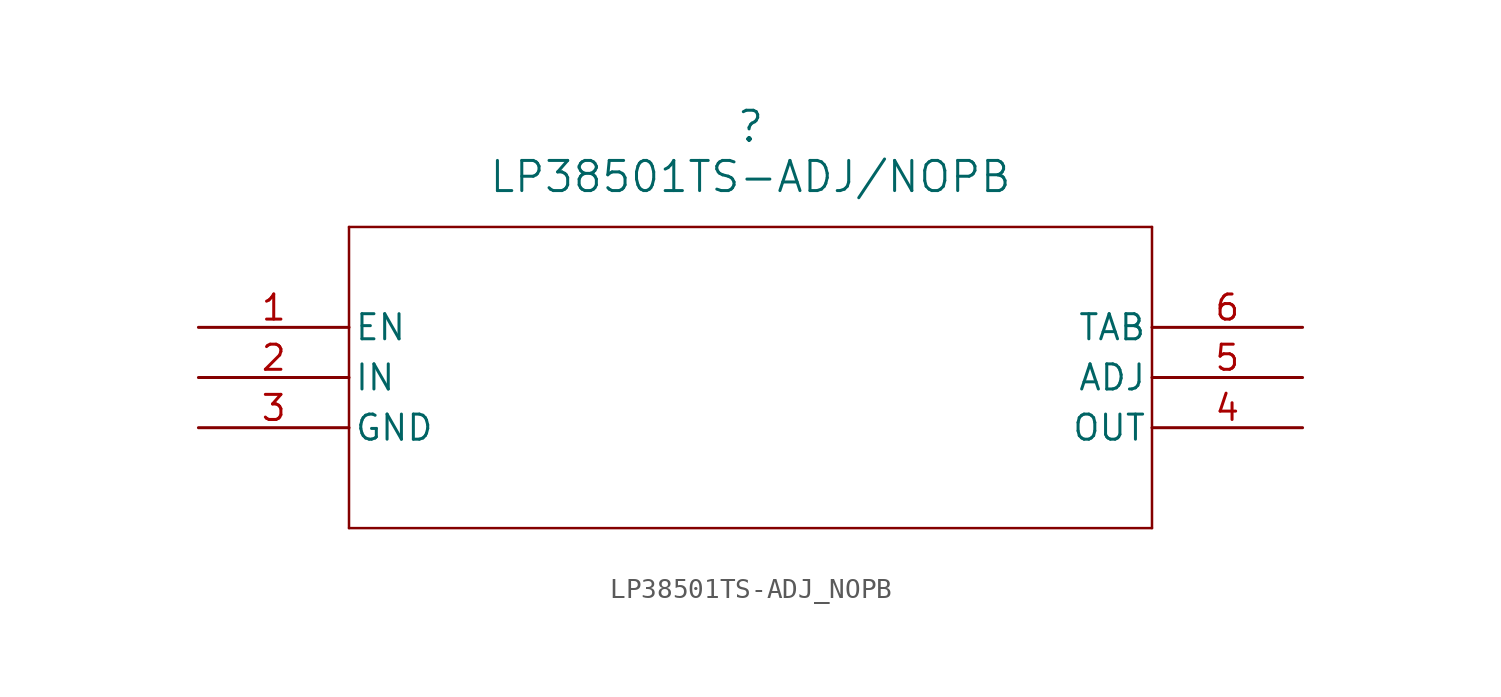
<source format=kicad_sym>
(kicad_symbol_lib
  (version 20211014)
  (generator kicad_symbol_editor)
  (symbol "LP38501TS-ADJ_NOPB"
    (pin_names
      (offset 0.254))
    (property "Reference" ""
      (at 27.94 10.16 0)
      (effects (font (size 1.524 1.524))))
    (property "Value" "LP38501TS-ADJ/NOPB"
      (at 27.94 7.62 0)
      (effects (font (size 1.524 1.524))))
    (symbol "LP38501TS-ADJ_NOPB_0_1"
      (polyline (pts (xy 7.62 5.08) (xy 7.62 -10.16)) (stroke (width 0.127) (type default) (color 0 0 0 0)) (fill (type none)))
      (polyline (pts (xy 7.62 -10.16) (xy 48.26 -10.16)) (stroke (width 0.127) (type default) (color 0 0 0 0)) (fill (type none)))
      (polyline (pts (xy 48.26 -10.16) (xy 48.26 5.08)) (stroke (width 0.127) (type default) (color 0 0 0 0)) (fill (type none)))
      (polyline (pts (xy 48.26 5.08) (xy 7.62 5.08)) (stroke (width 0.127) (type default) (color 0 0 0 0)) (fill (type none)))
      (pin input line (at 0 0 0) (length 7.62) (name "EN" (effects (font (size 1.27 1.27)))) (number "1" (effects (font (size 1.27 1.27)))))
      (pin power_in line (at 0 -2.54 0) (length 7.62) (name "IN" (effects (font (size 1.27 1.27)))) (number "2" (effects (font (size 1.27 1.27)))))
      (pin power_in line (at 0 -5.08 0) (length 7.62) (name "GND" (effects (font (size 1.27 1.27)))) (number "3" (effects (font (size 1.27 1.27)))))
      (pin power_in line (at 55.88 -5.08 180) (length 7.62) (name "OUT" (effects (font (size 1.27 1.27)))) (number "4" (effects (font (size 1.27 1.27)))))
      (pin input line (at 55.88 -2.54 180) (length 7.62) (name "ADJ" (effects (font (size 1.27 1.27)))) (number "5" (effects (font (size 1.27 1.27)))))
      (pin power_in line (at 55.88 0 180) (length 7.62) (name "TAB" (effects (font (size 1.27 1.27)))) (number "6" (effects (font (size 1.27 1.27))))))))
</source>
